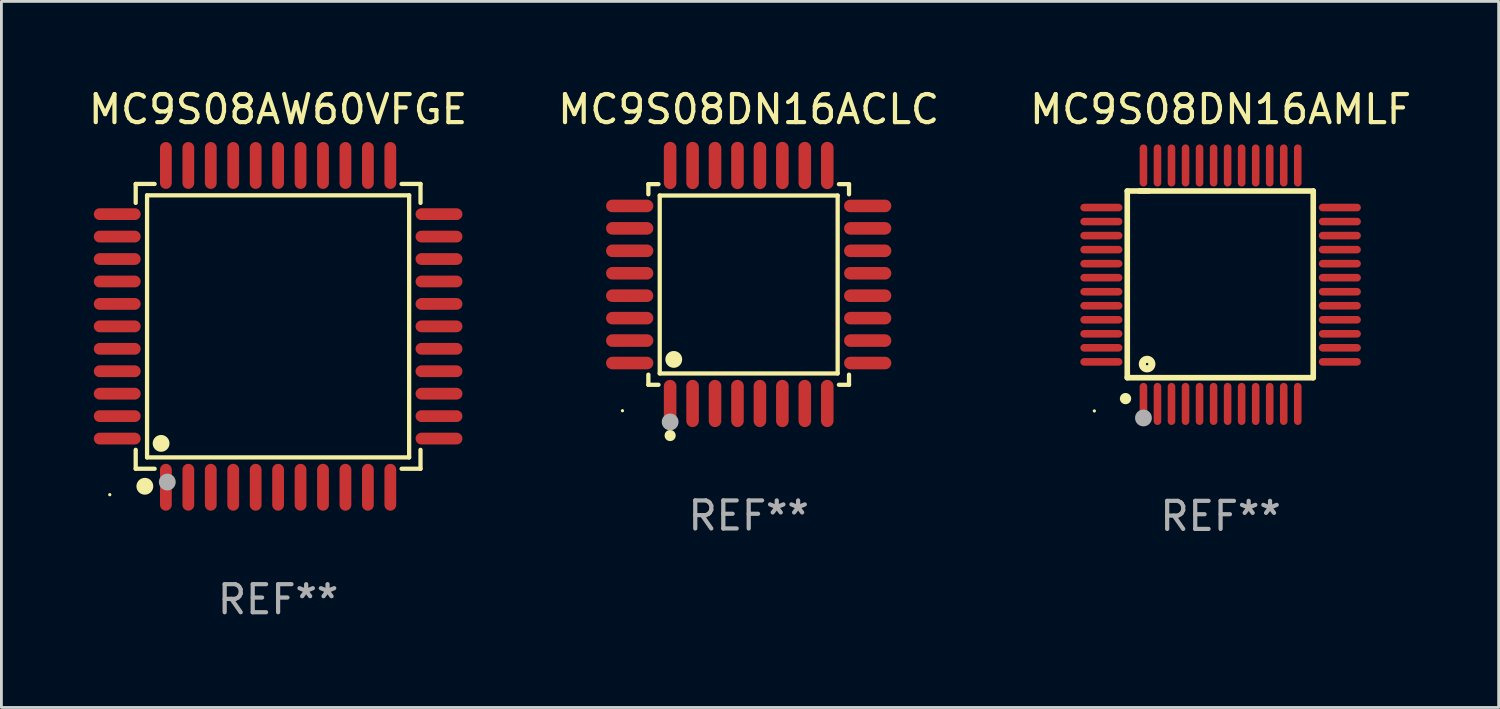
<source format=kicad_pcb>
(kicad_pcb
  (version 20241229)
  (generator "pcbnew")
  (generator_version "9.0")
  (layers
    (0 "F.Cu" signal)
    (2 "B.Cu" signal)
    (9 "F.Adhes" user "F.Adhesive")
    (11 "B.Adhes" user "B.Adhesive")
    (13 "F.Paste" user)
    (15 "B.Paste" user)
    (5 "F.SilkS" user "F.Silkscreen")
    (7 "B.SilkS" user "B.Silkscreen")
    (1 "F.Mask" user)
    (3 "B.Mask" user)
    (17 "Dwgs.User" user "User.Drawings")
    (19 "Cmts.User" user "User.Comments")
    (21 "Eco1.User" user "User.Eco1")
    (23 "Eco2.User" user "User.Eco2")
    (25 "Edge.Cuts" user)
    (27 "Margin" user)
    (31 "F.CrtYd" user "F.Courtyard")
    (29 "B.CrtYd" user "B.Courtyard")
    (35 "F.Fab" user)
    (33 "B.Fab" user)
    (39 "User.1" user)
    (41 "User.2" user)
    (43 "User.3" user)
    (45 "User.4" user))
  (footprint "MC9S08DN16ACLC"
    (layer "F.Cu")
    (at 23.637 7.09)
    (property "Reference" "MC9S08DN16ACLC" (at 0 -6.242 0) (layer "F.SilkS") (effects (font (size 1 1) (thickness 0.15))))
    (attr through_hole)
    (fp_line (start -3.576 -3.576) (end -3.215 -3.576) (stroke (width 0.152) (type solid)) (layer "F.SilkS"))
    (fp_line (start -3.576 -3.215) (end -3.576 -3.576) (stroke (width 0.152) (type solid)) (layer "F.SilkS"))
    (fp_line (start -3.576 3.215) (end -3.576 3.576) (stroke (width 0.152) (type solid)) (layer "F.SilkS"))
    (fp_line (start -3.576 3.576) (end -3.215 3.576) (stroke (width 0.152) (type solid)) (layer "F.SilkS"))
    (fp_line (start -3.171 -3.171) (end 3.171 -3.171) (stroke (width 0.152) (type solid)) (layer "F.SilkS"))
    (fp_line (start -3.171 3.171) (end -3.171 -3.171) (stroke (width 0.152) (type solid)) (layer "F.SilkS"))
    (fp_line (start 3.171 -3.171) (end 3.171 3.171) (stroke (width 0.152) (type solid)) (layer "F.SilkS"))
    (fp_line (start 3.171 3.171) (end -3.171 3.171) (stroke (width 0.152) (type solid)) (layer "F.SilkS"))
    (fp_line (start 3.576 -3.576) (end 3.215 -3.576) (stroke (width 0.152) (type solid)) (layer "F.SilkS"))
    (fp_line (start 3.576 -3.215) (end 3.576 -3.576) (stroke (width 0.152) (type solid)) (layer "F.SilkS"))
    (fp_line (start 3.576 3.215) (end 3.576 3.576) (stroke (width 0.152) (type solid)) (layer "F.SilkS"))
    (fp_line (start 3.576 3.576) (end 3.215 3.576) (stroke (width 0.152) (type solid)) (layer "F.SilkS"))
    (fp_circle (center -4.5 4.5) (end -4.47 4.5) (stroke (width 0.06) (type solid)) (fill no) (layer "F.SilkS"))
    (fp_circle (center -2.8 5.384) (end -2.7 5.384) (stroke (width 0.2) (type solid)) (fill no) (layer "F.SilkS"))
    (fp_circle (center -2.671 2.671) (end -2.521 2.671) (stroke (width 0.3) (type solid)) (fill no) (layer "F.SilkS"))
    (fp_circle (center -2.8 4.9) (end -2.65 4.9) (stroke (width 0.3) (type solid)) (fill no) (layer "F.Fab"))
    (fp_text user "REF**" (at 0 8.242 0) (layer "F.Fab") (effects (font (size 1 1) (thickness 0.15))))
    (pad "1" smd oval (at -2.8 4.242) (size 0.448 1.684) (layers "F.Cu" "F.Mask" "F.Paste"))
    (pad "2" smd oval (at -2 4.242) (size 0.448 1.684) (layers "F.Cu" "F.Mask" "F.Paste"))
    (pad "3" smd oval (at -1.2 4.242) (size 0.448 1.684) (layers "F.Cu" "F.Mask" "F.Paste"))
    (pad "4" smd oval (at -0.4 4.242) (size 0.448 1.684) (layers "F.Cu" "F.Mask" "F.Paste"))
    (pad "5" smd oval (at 0.4 4.242) (size 0.448 1.684) (layers "F.Cu" "F.Mask" "F.Paste"))
    (pad "6" smd oval (at 1.2 4.242) (size 0.448 1.684) (layers "F.Cu" "F.Mask" "F.Paste"))
    (pad "7" smd oval (at 2 4.242) (size 0.448 1.684) (layers "F.Cu" "F.Mask" "F.Paste"))
    (pad "8" smd oval (at 2.8 4.242) (size 0.448 1.684) (layers "F.Cu" "F.Mask" "F.Paste"))
    (pad "9" smd oval (at 4.242 2.8) (size 1.684 0.448) (layers "F.Cu" "F.Mask" "F.Paste"))
    (pad "10" smd oval (at 4.242 2) (size 1.684 0.448) (layers "F.Cu" "F.Mask" "F.Paste"))
    (pad "11" smd oval (at 4.242 1.2) (size 1.684 0.448) (layers "F.Cu" "F.Mask" "F.Paste"))
    (pad "12" smd oval (at 4.242 0.4) (size 1.684 0.448) (layers "F.Cu" "F.Mask" "F.Paste"))
    (pad "13" smd oval (at 4.242 -0.4) (size 1.684 0.448) (layers "F.Cu" "F.Mask" "F.Paste"))
    (pad "14" smd oval (at 4.242 -1.2) (size 1.684 0.448) (layers "F.Cu" "F.Mask" "F.Paste"))
    (pad "15" smd oval (at 4.242 -2) (size 1.684 0.448) (layers "F.Cu" "F.Mask" "F.Paste"))
    (pad "16" smd oval (at 4.242 -2.8) (size 1.684 0.448) (layers "F.Cu" "F.Mask" "F.Paste"))
    (pad "17" smd oval (at 2.8 -4.242) (size 0.448 1.684) (layers "F.Cu" "F.Mask" "F.Paste"))
    (pad "18" smd oval (at 2 -4.242) (size 0.448 1.684) (layers "F.Cu" "F.Mask" "F.Paste"))
    (pad "19" smd oval (at 1.2 -4.242) (size 0.448 1.684) (layers "F.Cu" "F.Mask" "F.Paste"))
    (pad "20" smd oval (at 0.4 -4.242) (size 0.448 1.684) (layers "F.Cu" "F.Mask" "F.Paste"))
    (pad "21" smd oval (at -0.4 -4.242) (size 0.448 1.684) (layers "F.Cu" "F.Mask" "F.Paste"))
    (pad "22" smd oval (at -1.2 -4.242) (size 0.448 1.684) (layers "F.Cu" "F.Mask" "F.Paste"))
    (pad "23" smd oval (at -2 -4.242) (size 0.448 1.684) (layers "F.Cu" "F.Mask" "F.Paste"))
    (pad "24" smd oval (at -2.8 -4.242) (size 0.448 1.684) (layers "F.Cu" "F.Mask" "F.Paste"))
    (pad "25" smd oval (at -4.242 -2.8) (size 1.684 0.448) (layers "F.Cu" "F.Mask" "F.Paste"))
    (pad "26" smd oval (at -4.242 -2) (size 1.684 0.448) (layers "F.Cu" "F.Mask" "F.Paste"))
    (pad "27" smd oval (at -4.242 -1.2) (size 1.684 0.448) (layers "F.Cu" "F.Mask" "F.Paste"))
    (pad "28" smd oval (at -4.242 -0.4) (size 1.684 0.448) (layers "F.Cu" "F.Mask" "F.Paste"))
    (pad "29" smd oval (at -4.242 0.4) (size 1.684 0.448) (layers "F.Cu" "F.Mask" "F.Paste"))
    (pad "30" smd oval (at -4.242 1.2) (size 1.684 0.448) (layers "F.Cu" "F.Mask" "F.Paste"))
    (pad "31" smd oval (at -4.242 2) (size 1.684 0.448) (layers "F.Cu" "F.Mask" "F.Paste"))
    (pad "32" smd oval (at -4.242 2.8) (size 1.684 0.448) (layers "F.Cu" "F.Mask" "F.Paste")))
  (footprint "MC9S08DN16AMLF"
    (layer "F.Cu")
    (at 40.458 7.098)
    (property "Reference" "MC9S08DN16AMLF" (at 0 -6.25 0) (layer "F.SilkS") (effects (font (size 1 1) (thickness 0.15))))
    (attr through_hole)
    (fp_line (start -3.327 -3.34) (end -2.565 -3.34) (stroke (width 0.2) (type solid)) (layer "F.SilkS"))
    (fp_line (start -3.327 3.315) (end -3.327 -3.34) (stroke (width 0.2) (type solid)) (layer "F.SilkS"))
    (fp_line (start -2.896 -3.34) (end 3.302 -3.34) (stroke (width 0.2) (type solid)) (layer "F.SilkS"))
    (fp_line (start 3.302 -3.34) (end 3.302 3.315) (stroke (width 0.2) (type solid)) (layer "F.SilkS"))
    (fp_line (start 3.302 3.315) (end -3.327 3.315) (stroke (width 0.2) (type solid)) (layer "F.SilkS"))
    (fp_arc (start -3.389992 4.059995) (mid -3.388722 4.059991) (end -3.387452 4.059995) (stroke (width 0.4) (type solid)) (layer "F.SilkS"))
    (fp_circle (center -4.5 4.5) (end -4.47 4.5) (stroke (width 0.06) (type solid)) (fill no) (layer "F.SilkS"))
    (fp_circle (center -2.62 2.83) (end -2.45 2.83) (stroke (width 0.254) (type solid)) (fill no) (layer "F.SilkS"))
    (fp_circle (center -2.75 4.75) (end -2.6 4.75) (stroke (width 0.3) (type solid)) (fill no) (layer "F.Fab"))
    (fp_text user "REF**" (at 0 8.25 0) (layer "F.Fab") (effects (font (size 1 1) (thickness 0.15))))
    (pad "1" smd oval (at -2.75 4.25) (size 0.27 1.5) (layers "F.Cu" "F.Mask" "F.Paste"))
    (pad "2" smd oval (at -2.25 4.25) (size 0.27 1.5) (layers "F.Cu" "F.Mask" "F.Paste"))
    (pad "3" smd oval (at -1.75 4.25) (size 0.27 1.5) (layers "F.Cu" "F.Mask" "F.Paste"))
    (pad "4" smd oval (at -1.25 4.25) (size 0.27 1.5) (layers "F.Cu" "F.Mask" "F.Paste"))
    (pad "5" smd oval (at -0.75 4.25) (size 0.27 1.5) (layers "F.Cu" "F.Mask" "F.Paste"))
    (pad "6" smd oval (at -0.25 4.25) (size 0.27 1.5) (layers "F.Cu" "F.Mask" "F.Paste"))
    (pad "7" smd oval (at 0.25 4.25) (size 0.27 1.5) (layers "F.Cu" "F.Mask" "F.Paste"))
    (pad "8" smd oval (at 0.75 4.25) (size 0.27 1.5) (layers "F.Cu" "F.Mask" "F.Paste"))
    (pad "9" smd oval (at 1.25 4.25) (size 0.27 1.5) (layers "F.Cu" "F.Mask" "F.Paste"))
    (pad "10" smd oval (at 1.75 4.25) (size 0.27 1.5) (layers "F.Cu" "F.Mask" "F.Paste"))
    (pad "11" smd oval (at 2.25 4.25) (size 0.27 1.5) (layers "F.Cu" "F.Mask" "F.Paste"))
    (pad "12" smd oval (at 2.75 4.25) (size 0.27 1.5) (layers "F.Cu" "F.Mask" "F.Paste"))
    (pad "13" smd oval (at 4.25 2.75) (size 1.5 0.27) (layers "F.Cu" "F.Mask" "F.Paste"))
    (pad "14" smd oval (at 4.25 2.25) (size 1.5 0.27) (layers "F.Cu" "F.Mask" "F.Paste"))
    (pad "15" smd oval (at 4.25 1.75) (size 1.5 0.27) (layers "F.Cu" "F.Mask" "F.Paste"))
    (pad "16" smd oval (at 4.25 1.25) (size 1.5 0.27) (layers "F.Cu" "F.Mask" "F.Paste"))
    (pad "17" smd oval (at 4.25 0.75) (size 1.5 0.27) (layers "F.Cu" "F.Mask" "F.Paste"))
    (pad "18" smd oval (at 4.25 0.25) (size 1.5 0.27) (layers "F.Cu" "F.Mask" "F.Paste"))
    (pad "19" smd oval (at 4.25 -0.25) (size 1.5 0.27) (layers "F.Cu" "F.Mask" "F.Paste"))
    (pad "20" smd oval (at 4.25 -0.75) (size 1.5 0.27) (layers "F.Cu" "F.Mask" "F.Paste"))
    (pad "21" smd oval (at 4.25 -1.25) (size 1.5 0.27) (layers "F.Cu" "F.Mask" "F.Paste"))
    (pad "22" smd oval (at 4.25 -1.75) (size 1.5 0.27) (layers "F.Cu" "F.Mask" "F.Paste"))
    (pad "23" smd oval (at 4.25 -2.25) (size 1.5 0.27) (layers "F.Cu" "F.Mask" "F.Paste"))
    (pad "24" smd oval (at 4.25 -2.75) (size 1.5 0.27) (layers "F.Cu" "F.Mask" "F.Paste"))
    (pad "25" smd oval (at 2.75 -4.25) (size 0.27 1.5) (layers "F.Cu" "F.Mask" "F.Paste"))
    (pad "26" smd oval (at 2.25 -4.25) (size 0.27 1.5) (layers "F.Cu" "F.Mask" "F.Paste"))
    (pad "27" smd oval (at 1.75 -4.25) (size 0.27 1.5) (layers "F.Cu" "F.Mask" "F.Paste"))
    (pad "28" smd oval (at 1.25 -4.25) (size 0.27 1.5) (layers "F.Cu" "F.Mask" "F.Paste"))
    (pad "29" smd oval (at 0.75 -4.25) (size 0.27 1.5) (layers "F.Cu" "F.Mask" "F.Paste"))
    (pad "30" smd oval (at 0.25 -4.25) (size 0.27 1.5) (layers "F.Cu" "F.Mask" "F.Paste"))
    (pad "31" smd oval (at -0.25 -4.25) (size 0.27 1.5) (layers "F.Cu" "F.Mask" "F.Paste"))
    (pad "32" smd oval (at -0.75 -4.25) (size 0.27 1.5) (layers "F.Cu" "F.Mask" "F.Paste"))
    (pad "33" smd oval (at -1.25 -4.25) (size 0.27 1.5) (layers "F.Cu" "F.Mask" "F.Paste"))
    (pad "34" smd oval (at -1.75 -4.25) (size 0.27 1.5) (layers "F.Cu" "F.Mask" "F.Paste"))
    (pad "35" smd oval (at -2.25 -4.25) (size 0.27 1.5) (layers "F.Cu" "F.Mask" "F.Paste"))
    (pad "36" smd oval (at -2.75 -4.25) (size 0.27 1.5) (layers "F.Cu" "F.Mask" "F.Paste"))
    (pad "37" smd oval (at -4.25 -2.75) (size 1.5 0.27) (layers "F.Cu" "F.Mask" "F.Paste"))
    (pad "38" smd oval (at -4.25 -2.25) (size 1.5 0.27) (layers "F.Cu" "F.Mask" "F.Paste"))
    (pad "39" smd oval (at -4.25 -1.75) (size 1.5 0.27) (layers "F.Cu" "F.Mask" "F.Paste"))
    (pad "40" smd oval (at -4.25 -1.25) (size 1.5 0.27) (layers "F.Cu" "F.Mask" "F.Paste"))
    (pad "41" smd oval (at -4.25 -0.75) (size 1.5 0.27) (layers "F.Cu" "F.Mask" "F.Paste"))
    (pad "42" smd oval (at -4.25 -0.25) (size 1.5 0.27) (layers "F.Cu" "F.Mask" "F.Paste"))
    (pad "43" smd oval (at -4.25 0.25) (size 1.5 0.27) (layers "F.Cu" "F.Mask" "F.Paste"))
    (pad "44" smd oval (at -4.25 0.75) (size 1.5 0.27) (layers "F.Cu" "F.Mask" "F.Paste"))
    (pad "45" smd oval (at -4.25 1.25) (size 1.5 0.27) (layers "F.Cu" "F.Mask" "F.Paste"))
    (pad "46" smd oval (at -4.25 1.75) (size 1.5 0.27) (layers "F.Cu" "F.Mask" "F.Paste"))
    (pad "47" smd oval (at -4.25 2.25) (size 1.5 0.27) (layers "F.Cu" "F.Mask" "F.Paste"))
    (pad "48" smd oval (at -4.25 2.75) (size 1.5 0.27) (layers "F.Cu" "F.Mask" "F.Paste")))
  (footprint "MC9S08AW60VFGE"
    (layer "F.Cu")
    (at 6.863 8.583)
    (property "Reference" "MC9S08AW60VFGE" (at 0 -7.735 0) (layer "F.SilkS") (effects (font (size 1 1) (thickness 0.15))))
    (attr through_hole)
    (fp_line (start -5.076 -5.076) (end -4.401 -5.076) (stroke (width 0.152) (type solid)) (layer "F.SilkS"))
    (fp_line (start -5.076 -4.401) (end -5.076 -5.076) (stroke (width 0.152) (type solid)) (layer "F.SilkS"))
    (fp_line (start -5.076 4.401) (end -5.076 5.076) (stroke (width 0.152) (type solid)) (layer "F.SilkS"))
    (fp_line (start -5.076 5.076) (end -4.401 5.076) (stroke (width 0.152) (type solid)) (layer "F.SilkS"))
    (fp_line (start -4.671 -4.671) (end 4.671 -4.671) (stroke (width 0.152) (type solid)) (layer "F.SilkS"))
    (fp_line (start -4.671 4.671) (end -4.671 -4.671) (stroke (width 0.152) (type solid)) (layer "F.SilkS"))
    (fp_line (start 4.671 -4.671) (end 4.671 4.671) (stroke (width 0.152) (type solid)) (layer "F.SilkS"))
    (fp_line (start 4.671 4.671) (end -4.671 4.671) (stroke (width 0.152) (type solid)) (layer "F.SilkS"))
    (fp_line (start 5.076 -5.076) (end 4.401 -5.076) (stroke (width 0.152) (type solid)) (layer "F.SilkS"))
    (fp_line (start 5.076 -4.401) (end 5.076 -5.076) (stroke (width 0.152) (type solid)) (layer "F.SilkS"))
    (fp_line (start 5.076 4.401) (end 5.076 5.076) (stroke (width 0.152) (type solid)) (layer "F.SilkS"))
    (fp_line (start 5.076 5.076) (end 4.401 5.076) (stroke (width 0.152) (type solid)) (layer "F.SilkS"))
    (fp_circle (center -6 6) (end -5.97 6) (stroke (width 0.06) (type solid)) (fill no) (layer "F.SilkS"))
    (fp_circle (center -4.75 5.7) (end -4.6 5.7) (stroke (width 0.3) (type solid)) (fill no) (layer "F.SilkS"))
    (fp_circle (center -4.171 4.171) (end -4.021 4.171) (stroke (width 0.3) (type solid)) (fill no) (layer "F.SilkS"))
    (fp_circle (center -3.95 5.55) (end -3.8 5.55) (stroke (width 0.3) (type solid)) (fill no) (layer "F.Fab"))
    (fp_text user "REF**" (at 0 9.735 0) (layer "F.Fab") (effects (font (size 1 1) (thickness 0.15))))
    (pad "1" smd oval (at -4 5.735) (size 0.42 1.67) (layers "F.Cu" "F.Mask" "F.Paste"))
    (pad "2" smd oval (at -3.2 5.735) (size 0.42 1.67) (layers "F.Cu" "F.Mask" "F.Paste"))
    (pad "3" smd oval (at -2.4 5.735) (size 0.42 1.67) (layers "F.Cu" "F.Mask" "F.Paste"))
    (pad "4" smd oval (at -1.6 5.735) (size 0.42 1.67) (layers "F.Cu" "F.Mask" "F.Paste"))
    (pad "5" smd oval (at -0.8 5.735) (size 0.42 1.67) (layers "F.Cu" "F.Mask" "F.Paste"))
    (pad "6" smd oval (at 0 5.735) (size 0.42 1.67) (layers "F.Cu" "F.Mask" "F.Paste"))
    (pad "7" smd oval (at 0.8 5.735) (size 0.42 1.67) (layers "F.Cu" "F.Mask" "F.Paste"))
    (pad "8" smd oval (at 1.6 5.735) (size 0.42 1.67) (layers "F.Cu" "F.Mask" "F.Paste"))
    (pad "9" smd oval (at 2.4 5.735) (size 0.42 1.67) (layers "F.Cu" "F.Mask" "F.Paste"))
    (pad "10" smd oval (at 3.2 5.735) (size 0.42 1.67) (layers "F.Cu" "F.Mask" "F.Paste"))
    (pad "11" smd oval (at 4 5.735) (size 0.42 1.67) (layers "F.Cu" "F.Mask" "F.Paste"))
    (pad "12" smd oval (at 5.735 4) (size 1.67 0.42) (layers "F.Cu" "F.Mask" "F.Paste"))
    (pad "13" smd oval (at 5.735 3.2) (size 1.67 0.42) (layers "F.Cu" "F.Mask" "F.Paste"))
    (pad "14" smd oval (at 5.735 2.4) (size 1.67 0.42) (layers "F.Cu" "F.Mask" "F.Paste"))
    (pad "15" smd oval (at 5.735 1.6) (size 1.67 0.42) (layers "F.Cu" "F.Mask" "F.Paste"))
    (pad "16" smd oval (at 5.735 0.8) (size 1.67 0.42) (layers "F.Cu" "F.Mask" "F.Paste"))
    (pad "17" smd oval (at 5.735 0) (size 1.67 0.42) (layers "F.Cu" "F.Mask" "F.Paste"))
    (pad "18" smd oval (at 5.735 -0.8) (size 1.67 0.42) (layers "F.Cu" "F.Mask" "F.Paste"))
    (pad "19" smd oval (at 5.735 -1.6) (size 1.67 0.42) (layers "F.Cu" "F.Mask" "F.Paste"))
    (pad "20" smd oval (at 5.735 -2.4) (size 1.67 0.42) (layers "F.Cu" "F.Mask" "F.Paste"))
    (pad "21" smd oval (at 5.735 -3.2) (size 1.67 0.42) (layers "F.Cu" "F.Mask" "F.Paste"))
    (pad "22" smd oval (at 5.735 -4) (size 1.67 0.42) (layers "F.Cu" "F.Mask" "F.Paste"))
    (pad "23" smd oval (at 4 -5.735) (size 0.42 1.67) (layers "F.Cu" "F.Mask" "F.Paste"))
    (pad "24" smd oval (at 3.2 -5.735) (size 0.42 1.67) (layers "F.Cu" "F.Mask" "F.Paste"))
    (pad "25" smd oval (at 2.4 -5.735) (size 0.42 1.67) (layers "F.Cu" "F.Mask" "F.Paste"))
    (pad "26" smd oval (at 1.6 -5.735) (size 0.42 1.67) (layers "F.Cu" "F.Mask" "F.Paste"))
    (pad "27" smd oval (at 0.8 -5.735) (size 0.42 1.67) (layers "F.Cu" "F.Mask" "F.Paste"))
    (pad "28" smd oval (at 0 -5.735) (size 0.42 1.67) (layers "F.Cu" "F.Mask" "F.Paste"))
    (pad "29" smd oval (at -0.8 -5.735) (size 0.42 1.67) (layers "F.Cu" "F.Mask" "F.Paste"))
    (pad "30" smd oval (at -1.6 -5.735) (size 0.42 1.67) (layers "F.Cu" "F.Mask" "F.Paste"))
    (pad "31" smd oval (at -2.4 -5.735) (size 0.42 1.67) (layers "F.Cu" "F.Mask" "F.Paste"))
    (pad "32" smd oval (at -3.2 -5.735) (size 0.42 1.67) (layers "F.Cu" "F.Mask" "F.Paste"))
    (pad "33" smd oval (at -4 -5.735) (size 0.42 1.67) (layers "F.Cu" "F.Mask" "F.Paste"))
    (pad "34" smd oval (at -5.735 -4) (size 1.67 0.42) (layers "F.Cu" "F.Mask" "F.Paste"))
    (pad "35" smd oval (at -5.735 -3.2) (size 1.67 0.42) (layers "F.Cu" "F.Mask" "F.Paste"))
    (pad "36" smd oval (at -5.735 -2.4) (size 1.67 0.42) (layers "F.Cu" "F.Mask" "F.Paste"))
    (pad "37" smd oval (at -5.735 -1.6) (size 1.67 0.42) (layers "F.Cu" "F.Mask" "F.Paste"))
    (pad "38" smd oval (at -5.735 -0.8) (size 1.67 0.42) (layers "F.Cu" "F.Mask" "F.Paste"))
    (pad "39" smd oval (at -5.735 0) (size 1.67 0.42) (layers "F.Cu" "F.Mask" "F.Paste"))
    (pad "40" smd oval (at -5.735 0.8) (size 1.67 0.42) (layers "F.Cu" "F.Mask" "F.Paste"))
    (pad "41" smd oval (at -5.735 1.6) (size 1.67 0.42) (layers "F.Cu" "F.Mask" "F.Paste"))
    (pad "42" smd oval (at -5.735 2.4) (size 1.67 0.42) (layers "F.Cu" "F.Mask" "F.Paste"))
    (pad "43" smd oval (at -5.735 3.2) (size 1.67 0.42) (layers "F.Cu" "F.Mask" "F.Paste"))
    (pad "44" smd oval (at -5.735 4) (size 1.67 0.42) (layers "F.Cu" "F.Mask" "F.Paste")))
  (gr_rect
    (start -3 -3)
    (end 50.369 22.167)
    (stroke (width 0.1) (type default))
    (fill no)
    (layer "Edge.Cuts")))
</source>
